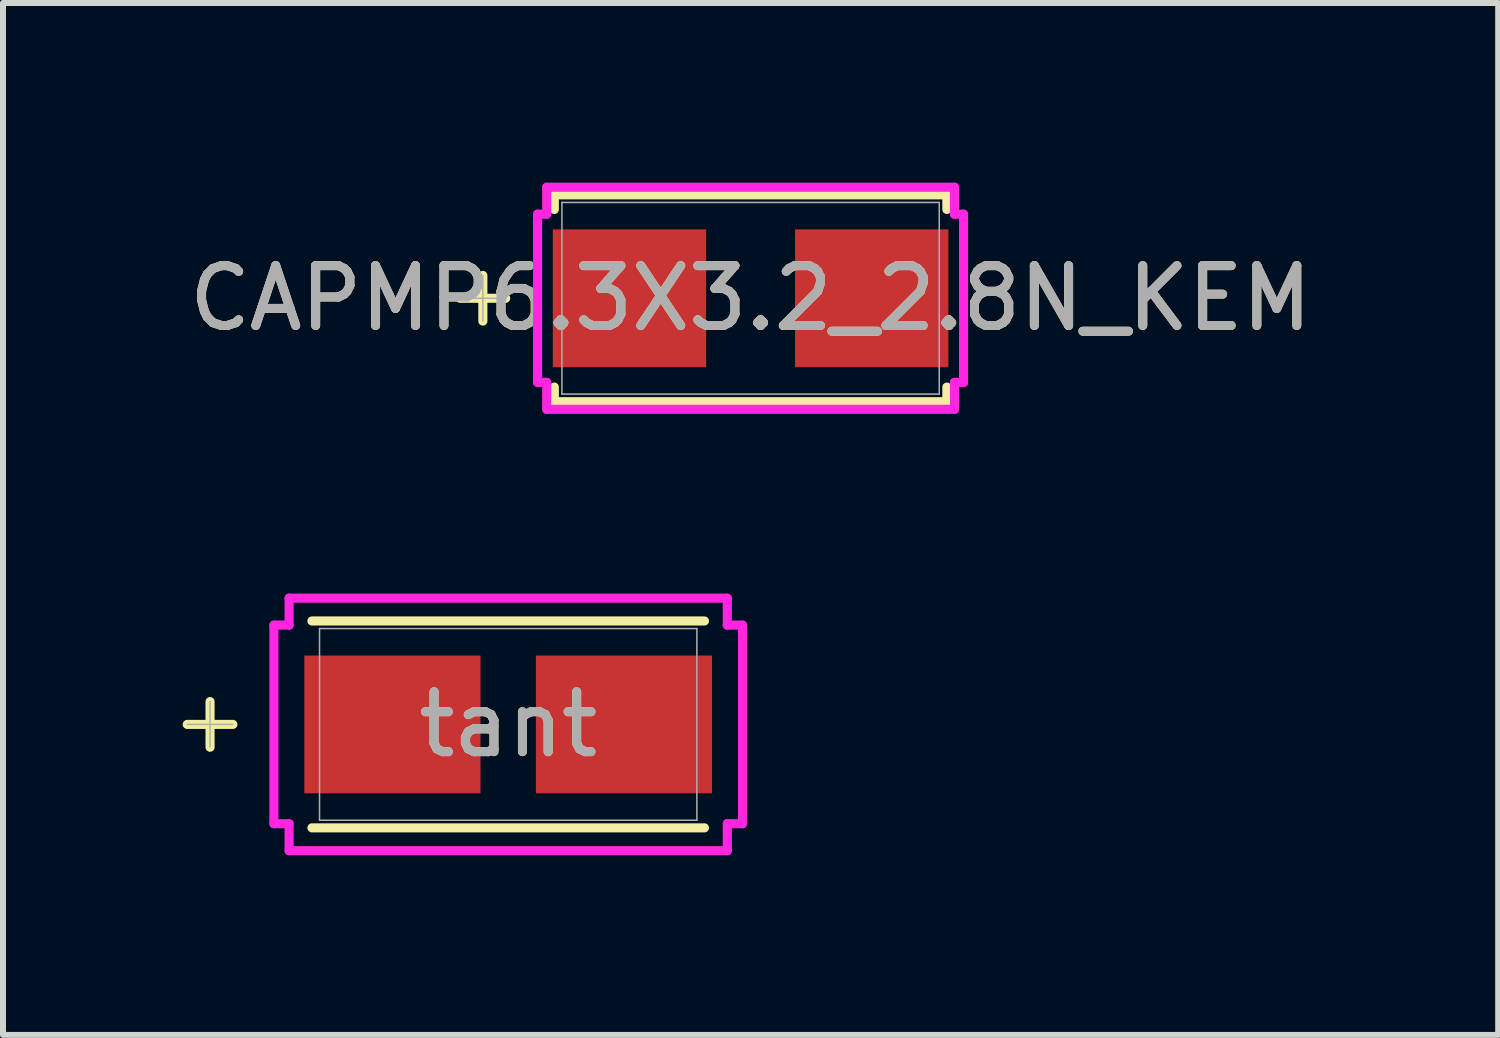
<source format=kicad_pcb>
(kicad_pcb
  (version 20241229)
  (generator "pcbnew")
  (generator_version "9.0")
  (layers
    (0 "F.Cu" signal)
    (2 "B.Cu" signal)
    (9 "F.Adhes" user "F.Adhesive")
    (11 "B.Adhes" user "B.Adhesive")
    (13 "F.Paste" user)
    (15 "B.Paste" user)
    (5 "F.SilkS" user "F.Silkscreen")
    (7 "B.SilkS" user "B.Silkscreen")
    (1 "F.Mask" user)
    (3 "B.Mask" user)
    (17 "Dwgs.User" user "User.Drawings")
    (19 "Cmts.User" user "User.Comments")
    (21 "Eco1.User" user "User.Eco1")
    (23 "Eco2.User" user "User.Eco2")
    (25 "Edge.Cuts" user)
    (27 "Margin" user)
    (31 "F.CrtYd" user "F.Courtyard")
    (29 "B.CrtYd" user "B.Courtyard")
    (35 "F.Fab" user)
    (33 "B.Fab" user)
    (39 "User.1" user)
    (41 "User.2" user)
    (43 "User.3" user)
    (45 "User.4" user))
  (footprint "CAPMP6.3X3.2_2.8N_KEM"
    (layer "F.Cu")
    (at 9.482 1.93)
    (property "Reference" "CAPMP6.3X3.2_2.8N_KEM" (at 0 0 0) (unlocked yes) (layer "F.SilkS") (effects (font (size 1 1) (thickness 0.15))))
    (attr smd)
    (fp_line (start -4.47 -0.381) (end -4.47 0.381) (stroke (width 0.152) (type solid)) (layer "F.SilkS"))
    (fp_line (start -4.089 0) (end -4.851 0) (stroke (width 0.152) (type solid)) (layer "F.SilkS"))
    (fp_line (start -3.277 -1.727) (end -3.277 -1.483) (stroke (width 0.152) (type solid)) (layer "F.SilkS"))
    (fp_line (start -3.277 1.483) (end -3.277 1.727) (stroke (width 0.152) (type solid)) (layer "F.SilkS"))
    (fp_line (start -3.277 1.727) (end 3.277 1.727) (stroke (width 0.152) (type solid)) (layer "F.SilkS"))
    (fp_line (start 3.277 -1.727) (end -3.277 -1.727) (stroke (width 0.152) (type solid)) (layer "F.SilkS"))
    (fp_line (start 3.277 -1.483) (end 3.277 -1.727) (stroke (width 0.152) (type solid)) (layer "F.SilkS"))
    (fp_line (start 3.277 1.727) (end 3.277 1.483) (stroke (width 0.152) (type solid)) (layer "F.SilkS"))
    (fp_line (start -3.556 -1.404) (end -3.404 -1.404) (stroke (width 0.152) (type solid)) (layer "F.CrtYd"))
    (fp_line (start -3.556 1.404) (end -3.556 -1.404) (stroke (width 0.152) (type solid)) (layer "F.CrtYd"))
    (fp_line (start -3.404 -1.854) (end 3.404 -1.854) (stroke (width 0.152) (type solid)) (layer "F.CrtYd"))
    (fp_line (start -3.404 -1.404) (end -3.404 -1.854) (stroke (width 0.152) (type solid)) (layer "F.CrtYd"))
    (fp_line (start -3.404 1.404) (end -3.556 1.404) (stroke (width 0.152) (type solid)) (layer "F.CrtYd"))
    (fp_line (start -3.404 1.854) (end -3.404 1.404) (stroke (width 0.152) (type solid)) (layer "F.CrtYd"))
    (fp_line (start 3.404 -1.854) (end 3.404 -1.404) (stroke (width 0.152) (type solid)) (layer "F.CrtYd"))
    (fp_line (start 3.404 -1.404) (end 3.556 -1.404) (stroke (width 0.152) (type solid)) (layer "F.CrtYd"))
    (fp_line (start 3.404 1.404) (end 3.404 1.854) (stroke (width 0.152) (type solid)) (layer "F.CrtYd"))
    (fp_line (start 3.404 1.854) (end -3.404 1.854) (stroke (width 0.152) (type solid)) (layer "F.CrtYd"))
    (fp_line (start 3.556 -1.404) (end 3.556 1.404) (stroke (width 0.152) (type solid)) (layer "F.CrtYd"))
    (fp_line (start 3.556 1.404) (end 3.404 1.404) (stroke (width 0.152) (type solid)) (layer "F.CrtYd"))
    (fp_line (start -4.47 -0.381) (end -4.47 0.381) (stroke (width 0.025) (type solid)) (layer "F.Fab"))
    (fp_line (start -4.089 0) (end -4.851 0) (stroke (width 0.025) (type solid)) (layer "F.Fab"))
    (fp_line (start -3.15 -1.6) (end -3.15 1.6) (stroke (width 0.025) (type solid)) (layer "F.Fab"))
    (fp_line (start -3.15 1.6) (end 3.15 1.6) (stroke (width 0.025) (type solid)) (layer "F.Fab"))
    (fp_line (start 3.15 -1.6) (end -3.15 -1.6) (stroke (width 0.025) (type solid)) (layer "F.Fab"))
    (fp_line (start 3.15 1.6) (end 3.15 -1.6) (stroke (width 0.025) (type solid)) (layer "F.Fab"))
    (fp_text user "${REFERENCE}" (at 0 0 0) (unlocked yes) (layer "F.Fab") (effects (font (size 1 1) (thickness 0.15))))
    (pad "1" smd rect (at -2.022 0 90) (size 2.3 2.56) (layers "F.Cu" "F.Mask" "F.Paste"))
    (pad "2" smd rect (at 2.022 0 90) (size 2.3 2.56) (layers "F.Cu" "F.Mask" "F.Paste"))
    (zone (net_name "") (layer "F.Cu") (hatch full 0.508) (connect_pads) (min_thickness 0.254) (filled_areas_thickness no) (keepout (tracks not_allowed) (vias not_allowed) (pads allowed) (copperpour not_allowed) (footprints allowed)) (placement (enabled no)) (fill) (polygon (pts (xy 6.383 0.381) (xy 12.581 0.381) (xy 12.581 0.729) (xy 6.383 0.729))))
    (zone (net_name "") (layer "F.Cu") (hatch full 0.508) (connect_pads) (min_thickness 0.254) (filled_areas_thickness no) (keepout (tracks not_allowed) (vias not_allowed) (pads allowed) (copperpour not_allowed) (footprints allowed)) (placement (enabled no)) (fill) (polygon (pts (xy 6.383 3.131) (xy 12.581 3.131) (xy 12.581 3.479) (xy 6.383 3.479))))
    (zone (net_name "") (layer "F.Cu") (hatch full 0.508) (connect_pads) (min_thickness 0.254) (filled_areas_thickness no) (keepout (tracks not_allowed) (vias not_allowed) (pads allowed) (copperpour not_allowed) (footprints allowed)) (placement (enabled no)) (fill) (polygon (pts (xy 8.491 0.729) (xy 10.473 0.729) (xy 10.473 3.131) (xy 8.491 3.131)))))
  (footprint "tant"
    (layer "F.Cu")
    (at 5.435 9.045)
    (property "Reference" "tant" (at 0 0 0) (unlocked yes) (layer "F.SilkS") (effects (font (size 1 1) (thickness 0.15))))
    (attr smd)
    (fp_line (start -4.978 -0.381) (end -4.978 0.381) (stroke (width 0.152) (type solid)) (layer "F.SilkS"))
    (fp_line (start -4.597 0) (end -5.359 0) (stroke (width 0.152) (type solid)) (layer "F.SilkS"))
    (fp_line (start -3.277 1.727) (end 3.277 1.727) (stroke (width 0.152) (type solid)) (layer "F.SilkS"))
    (fp_line (start 3.277 -1.727) (end -3.277 -1.727) (stroke (width 0.152) (type solid)) (layer "F.SilkS"))
    (fp_line (start -3.912 -1.658) (end -3.658 -1.658) (stroke (width 0.152) (type solid)) (layer "F.CrtYd"))
    (fp_line (start -3.912 1.658) (end -3.912 -1.658) (stroke (width 0.152) (type solid)) (layer "F.CrtYd"))
    (fp_line (start -3.658 -2.108) (end 3.658 -2.108) (stroke (width 0.152) (type solid)) (layer "F.CrtYd"))
    (fp_line (start -3.658 -1.658) (end -3.658 -2.108) (stroke (width 0.152) (type solid)) (layer "F.CrtYd"))
    (fp_line (start -3.658 1.658) (end -3.912 1.658) (stroke (width 0.152) (type solid)) (layer "F.CrtYd"))
    (fp_line (start -3.658 2.108) (end -3.658 1.658) (stroke (width 0.152) (type solid)) (layer "F.CrtYd"))
    (fp_line (start 3.658 -2.108) (end 3.658 -1.658) (stroke (width 0.152) (type solid)) (layer "F.CrtYd"))
    (fp_line (start 3.658 -1.658) (end 3.912 -1.658) (stroke (width 0.152) (type solid)) (layer "F.CrtYd"))
    (fp_line (start 3.658 1.658) (end 3.658 2.108) (stroke (width 0.152) (type solid)) (layer "F.CrtYd"))
    (fp_line (start 3.658 2.108) (end -3.658 2.108) (stroke (width 0.152) (type solid)) (layer "F.CrtYd"))
    (fp_line (start 3.912 -1.658) (end 3.912 1.658) (stroke (width 0.152) (type solid)) (layer "F.CrtYd"))
    (fp_line (start 3.912 1.658) (end 3.658 1.658) (stroke (width 0.152) (type solid)) (layer "F.CrtYd"))
    (fp_line (start -4.978 -0.381) (end -4.978 0.381) (stroke (width 0.025) (type solid)) (layer "F.Fab"))
    (fp_line (start -4.597 0) (end -5.359 0) (stroke (width 0.025) (type solid)) (layer "F.Fab"))
    (fp_line (start -3.15 -1.6) (end -3.15 1.6) (stroke (width 0.025) (type solid)) (layer "F.Fab"))
    (fp_line (start -3.15 1.6) (end 3.15 1.6) (stroke (width 0.025) (type solid)) (layer "F.Fab"))
    (fp_line (start 3.15 -1.6) (end -3.15 -1.6) (stroke (width 0.025) (type solid)) (layer "F.Fab"))
    (fp_line (start 3.15 1.6) (end 3.15 -1.6) (stroke (width 0.025) (type solid)) (layer "F.Fab"))
    (fp_text user "${REFERENCE}" (at 0 0 0) (unlocked yes) (layer "F.Fab") (effects (font (size 1 1) (thickness 0.15))))
    (pad "1" smd rect (at -1.933 0 90) (size 2.3 2.941) (layers "F.Cu" "F.Mask" "F.Paste"))
    (pad "2" smd rect (at 1.933 0 90) (size 2.3 2.941) (layers "F.Cu" "F.Mask" "F.Paste"))
    (zone (net_name "") (layer "F.Cu") (hatch full 0.508) (connect_pads) (min_thickness 0.254) (filled_areas_thickness no) (keepout (tracks not_allowed) (vias not_allowed) (pads allowed) (copperpour not_allowed) (footprints allowed)) (placement (enabled no)) (fill) (polygon (pts (xy 2.336 7.495) (xy 8.534 7.495) (xy 8.534 7.844) (xy 2.336 7.844))))
    (zone (net_name "") (layer "F.Cu") (hatch full 0.508) (connect_pads) (min_thickness 0.254) (filled_areas_thickness no) (keepout (tracks not_allowed) (vias not_allowed) (pads allowed) (copperpour not_allowed) (footprints allowed)) (placement (enabled no)) (fill) (polygon (pts (xy 2.336 10.245) (xy 8.534 10.245) (xy 8.534 10.594) (xy 2.336 10.594))))
    (zone (net_name "") (layer "F.Cu") (hatch full 0.508) (connect_pads) (min_thickness 0.254) (filled_areas_thickness no) (keepout (tracks not_allowed) (vias not_allowed) (pads allowed) (copperpour not_allowed) (footprints allowed)) (placement (enabled no)) (fill) (polygon (pts (xy 4.723 7.844) (xy 6.147 7.844) (xy 6.147 10.245) (xy 4.723 10.245)))))
  (gr_rect
    (start -3 -3)
    (end 21.964 14.229)
    (stroke (width 0.1) (type default))
    (fill no)
    (layer "Edge.Cuts")))
</source>
